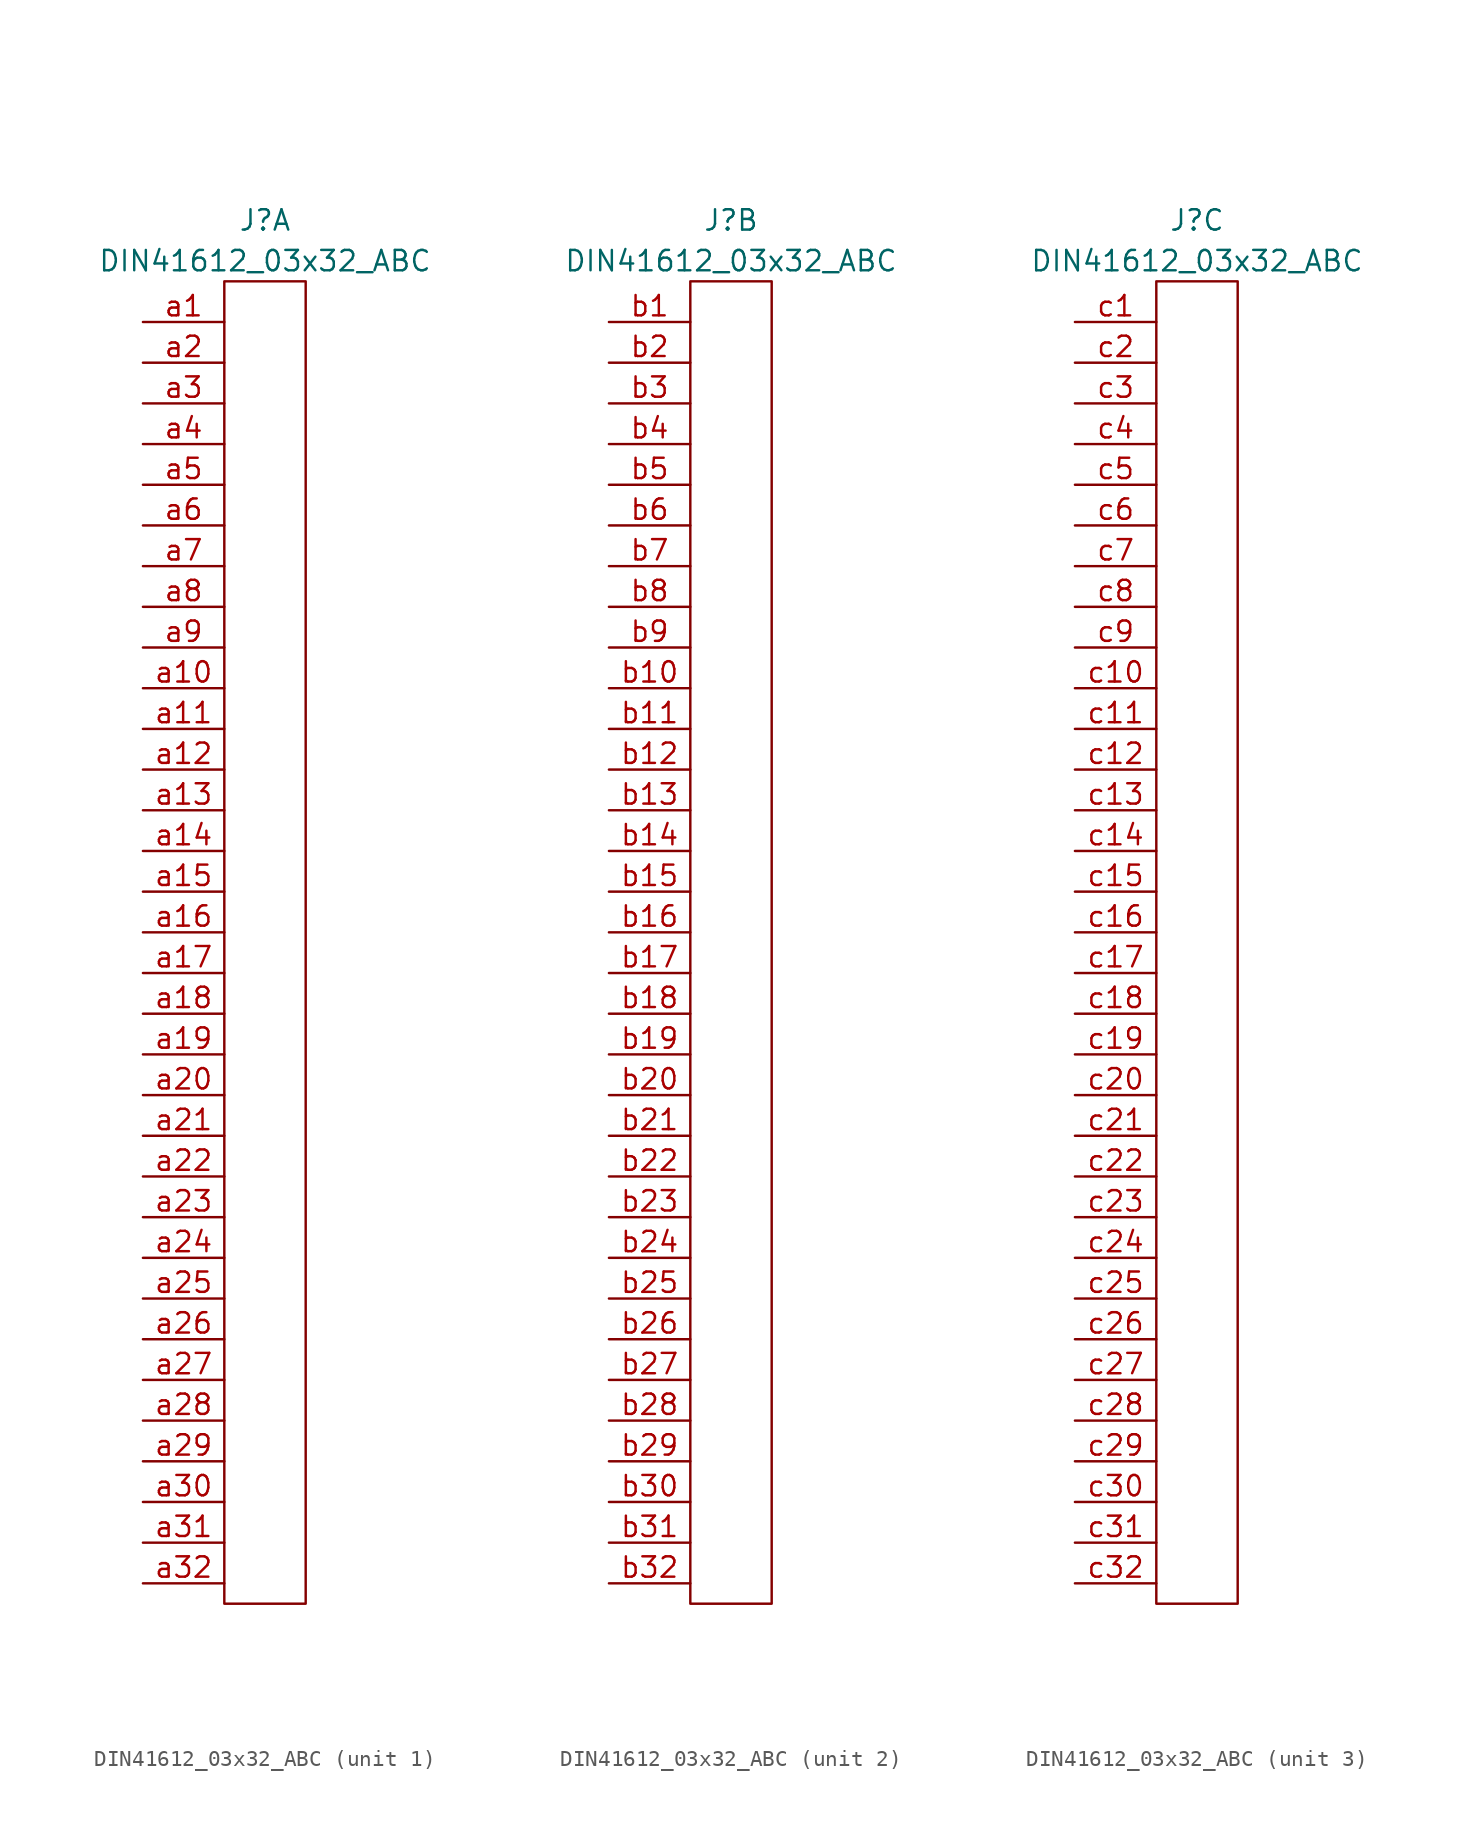
<source format=kicad_sym>
(kicad_symbol_lib
  (version 20211014)
  (generator kicad_symbol_editor)
  (symbol "DIN41612_03x32_ABC"
    (property "Reference" "J"
      (at 0 3.81 0)
      (effects (font (size 1.27 1.27))))
    (property "Value" "DIN41612_03x32_ABC"
      (at 0 1.27 0)
      (effects (font (size 1.27 1.27))))
    (symbol "DIN41612_03x32_ABC_1_0"
      (pin passive line (at -7.62 -2.54 0) (length 5.08) (name "" (effects (font (size 1.27 1.27)))) (number "a1" (effects (font (size 1.27 1.27)))))
      (pin passive line (at -7.62 -25.4 0) (length 5.08) (name "" (effects (font (size 1.27 1.27)))) (number "a10" (effects (font (size 1.27 1.27)))))
      (pin passive line (at -7.62 -27.94 0) (length 5.08) (name "" (effects (font (size 1.27 1.27)))) (number "a11" (effects (font (size 1.27 1.27)))))
      (pin passive line (at -7.62 -30.48 0) (length 5.08) (name "" (effects (font (size 1.27 1.27)))) (number "a12" (effects (font (size 1.27 1.27)))))
      (pin passive line (at -7.62 -33.02 0) (length 5.08) (name "" (effects (font (size 1.27 1.27)))) (number "a13" (effects (font (size 1.27 1.27)))))
      (pin passive line (at -7.62 -35.56 0) (length 5.08) (name "" (effects (font (size 1.27 1.27)))) (number "a14" (effects (font (size 1.27 1.27)))))
      (pin passive line (at -7.62 -38.1 0) (length 5.08) (name "" (effects (font (size 1.27 1.27)))) (number "a15" (effects (font (size 1.27 1.27)))))
      (pin passive line (at -7.62 -40.64 0) (length 5.08) (name "" (effects (font (size 1.27 1.27)))) (number "a16" (effects (font (size 1.27 1.27)))))
      (pin passive line (at -7.62 -43.18 0) (length 5.08) (name "" (effects (font (size 1.27 1.27)))) (number "a17" (effects (font (size 1.27 1.27)))))
      (pin passive line (at -7.62 -45.72 0) (length 5.08) (name "" (effects (font (size 1.27 1.27)))) (number "a18" (effects (font (size 1.27 1.27)))))
      (pin passive line (at -7.62 -48.26 0) (length 5.08) (name "" (effects (font (size 1.27 1.27)))) (number "a19" (effects (font (size 1.27 1.27)))))
      (pin passive line (at -7.62 -5.08 0) (length 5.08) (name "" (effects (font (size 1.27 1.27)))) (number "a2" (effects (font (size 1.27 1.27)))))
      (pin passive line (at -7.62 -50.8 0) (length 5.08) (name "" (effects (font (size 1.27 1.27)))) (number "a20" (effects (font (size 1.27 1.27)))))
      (pin passive line (at -7.62 -53.34 0) (length 5.08) (name "" (effects (font (size 1.27 1.27)))) (number "a21" (effects (font (size 1.27 1.27)))))
      (pin passive line (at -7.62 -55.88 0) (length 5.08) (name "" (effects (font (size 1.27 1.27)))) (number "a22" (effects (font (size 1.27 1.27)))))
      (pin passive line (at -7.62 -58.42 0) (length 5.08) (name "" (effects (font (size 1.27 1.27)))) (number "a23" (effects (font (size 1.27 1.27)))))
      (pin passive line (at -7.62 -60.96 0) (length 5.08) (name "" (effects (font (size 1.27 1.27)))) (number "a24" (effects (font (size 1.27 1.27)))))
      (pin passive line (at -7.62 -63.5 0) (length 5.08) (name "" (effects (font (size 1.27 1.27)))) (number "a25" (effects (font (size 1.27 1.27)))))
      (pin passive line (at -7.62 -66.04 0) (length 5.08) (name "" (effects (font (size 1.27 1.27)))) (number "a26" (effects (font (size 1.27 1.27)))))
      (pin passive line (at -7.62 -68.58 0) (length 5.08) (name "" (effects (font (size 1.27 1.27)))) (number "a27" (effects (font (size 1.27 1.27)))))
      (pin passive line (at -7.62 -71.12 0) (length 5.08) (name "" (effects (font (size 1.27 1.27)))) (number "a28" (effects (font (size 1.27 1.27)))))
      (pin passive line (at -7.62 -73.66 0) (length 5.08) (name "" (effects (font (size 1.27 1.27)))) (number "a29" (effects (font (size 1.27 1.27)))))
      (pin passive line (at -7.62 -7.62 0) (length 5.08) (name "" (effects (font (size 1.27 1.27)))) (number "a3" (effects (font (size 1.27 1.27)))))
      (pin passive line (at -7.62 -76.2 0) (length 5.08) (name "" (effects (font (size 1.27 1.27)))) (number "a30" (effects (font (size 1.27 1.27)))))
      (pin passive line (at -7.62 -78.74 0) (length 5.08) (name "" (effects (font (size 1.27 1.27)))) (number "a31" (effects (font (size 1.27 1.27)))))
      (pin passive line (at -7.62 -81.28 0) (length 5.08) (name "" (effects (font (size 1.27 1.27)))) (number "a32" (effects (font (size 1.27 1.27)))))
      (pin passive line (at -7.62 -10.16 0) (length 5.08) (name "" (effects (font (size 1.27 1.27)))) (number "a4" (effects (font (size 1.27 1.27)))))
      (pin passive line (at -7.62 -12.7 0) (length 5.08) (name "" (effects (font (size 1.27 1.27)))) (number "a5" (effects (font (size 1.27 1.27)))))
      (pin passive line (at -7.62 -15.24 0) (length 5.08) (name "" (effects (font (size 1.27 1.27)))) (number "a6" (effects (font (size 1.27 1.27)))))
      (pin passive line (at -7.62 -17.78 0) (length 5.08) (name "" (effects (font (size 1.27 1.27)))) (number "a7" (effects (font (size 1.27 1.27)))))
      (pin passive line (at -7.62 -20.32 0) (length 5.08) (name "" (effects (font (size 1.27 1.27)))) (number "a8" (effects (font (size 1.27 1.27)))))
      (pin passive line (at -7.62 -22.86 0) (length 5.08) (name "" (effects (font (size 1.27 1.27)))) (number "a9" (effects (font (size 1.27 1.27))))))
    (symbol "DIN41612_03x32_ABC_1_1"
      (rectangle (start -2.54 0) (end 2.54 -82.55) (stroke (width 0) (type default) (color 0 0 0 0)) (fill (type none))))
    (symbol "DIN41612_03x32_ABC_2_0"
      (pin passive line (at -7.62 -2.54 0) (length 5.08) (name "" (effects (font (size 1.27 1.27)))) (number "b1" (effects (font (size 1.27 1.27)))))
      (pin passive line (at -7.62 -25.4 0) (length 5.08) (name "" (effects (font (size 1.27 1.27)))) (number "b10" (effects (font (size 1.27 1.27)))))
      (pin passive line (at -7.62 -27.94 0) (length 5.08) (name "" (effects (font (size 1.27 1.27)))) (number "b11" (effects (font (size 1.27 1.27)))))
      (pin passive line (at -7.62 -30.48 0) (length 5.08) (name "" (effects (font (size 1.27 1.27)))) (number "b12" (effects (font (size 1.27 1.27)))))
      (pin passive line (at -7.62 -33.02 0) (length 5.08) (name "" (effects (font (size 1.27 1.27)))) (number "b13" (effects (font (size 1.27 1.27)))))
      (pin passive line (at -7.62 -35.56 0) (length 5.08) (name "" (effects (font (size 1.27 1.27)))) (number "b14" (effects (font (size 1.27 1.27)))))
      (pin passive line (at -7.62 -38.1 0) (length 5.08) (name "" (effects (font (size 1.27 1.27)))) (number "b15" (effects (font (size 1.27 1.27)))))
      (pin passive line (at -7.62 -40.64 0) (length 5.08) (name "" (effects (font (size 1.27 1.27)))) (number "b16" (effects (font (size 1.27 1.27)))))
      (pin passive line (at -7.62 -43.18 0) (length 5.08) (name "" (effects (font (size 1.27 1.27)))) (number "b17" (effects (font (size 1.27 1.27)))))
      (pin passive line (at -7.62 -45.72 0) (length 5.08) (name "" (effects (font (size 1.27 1.27)))) (number "b18" (effects (font (size 1.27 1.27)))))
      (pin passive line (at -7.62 -48.26 0) (length 5.08) (name "" (effects (font (size 1.27 1.27)))) (number "b19" (effects (font (size 1.27 1.27)))))
      (pin passive line (at -7.62 -5.08 0) (length 5.08) (name "" (effects (font (size 1.27 1.27)))) (number "b2" (effects (font (size 1.27 1.27)))))
      (pin passive line (at -7.62 -50.8 0) (length 5.08) (name "" (effects (font (size 1.27 1.27)))) (number "b20" (effects (font (size 1.27 1.27)))))
      (pin passive line (at -7.62 -53.34 0) (length 5.08) (name "" (effects (font (size 1.27 1.27)))) (number "b21" (effects (font (size 1.27 1.27)))))
      (pin passive line (at -7.62 -55.88 0) (length 5.08) (name "" (effects (font (size 1.27 1.27)))) (number "b22" (effects (font (size 1.27 1.27)))))
      (pin passive line (at -7.62 -58.42 0) (length 5.08) (name "" (effects (font (size 1.27 1.27)))) (number "b23" (effects (font (size 1.27 1.27)))))
      (pin passive line (at -7.62 -60.96 0) (length 5.08) (name "" (effects (font (size 1.27 1.27)))) (number "b24" (effects (font (size 1.27 1.27)))))
      (pin passive line (at -7.62 -63.5 0) (length 5.08) (name "" (effects (font (size 1.27 1.27)))) (number "b25" (effects (font (size 1.27 1.27)))))
      (pin passive line (at -7.62 -66.04 0) (length 5.08) (name "" (effects (font (size 1.27 1.27)))) (number "b26" (effects (font (size 1.27 1.27)))))
      (pin passive line (at -7.62 -68.58 0) (length 5.08) (name "" (effects (font (size 1.27 1.27)))) (number "b27" (effects (font (size 1.27 1.27)))))
      (pin passive line (at -7.62 -71.12 0) (length 5.08) (name "" (effects (font (size 1.27 1.27)))) (number "b28" (effects (font (size 1.27 1.27)))))
      (pin passive line (at -7.62 -73.66 0) (length 5.08) (name "" (effects (font (size 1.27 1.27)))) (number "b29" (effects (font (size 1.27 1.27)))))
      (pin passive line (at -7.62 -7.62 0) (length 5.08) (name "" (effects (font (size 1.27 1.27)))) (number "b3" (effects (font (size 1.27 1.27)))))
      (pin passive line (at -7.62 -76.2 0) (length 5.08) (name "" (effects (font (size 1.27 1.27)))) (number "b30" (effects (font (size 1.27 1.27)))))
      (pin passive line (at -7.62 -78.74 0) (length 5.08) (name "" (effects (font (size 1.27 1.27)))) (number "b31" (effects (font (size 1.27 1.27)))))
      (pin passive line (at -7.62 -81.28 0) (length 5.08) (name "" (effects (font (size 1.27 1.27)))) (number "b32" (effects (font (size 1.27 1.27)))))
      (pin passive line (at -7.62 -10.16 0) (length 5.08) (name "" (effects (font (size 1.27 1.27)))) (number "b4" (effects (font (size 1.27 1.27)))))
      (pin passive line (at -7.62 -12.7 0) (length 5.08) (name "" (effects (font (size 1.27 1.27)))) (number "b5" (effects (font (size 1.27 1.27)))))
      (pin passive line (at -7.62 -15.24 0) (length 5.08) (name "" (effects (font (size 1.27 1.27)))) (number "b6" (effects (font (size 1.27 1.27)))))
      (pin passive line (at -7.62 -17.78 0) (length 5.08) (name "" (effects (font (size 1.27 1.27)))) (number "b7" (effects (font (size 1.27 1.27)))))
      (pin passive line (at -7.62 -20.32 0) (length 5.08) (name "" (effects (font (size 1.27 1.27)))) (number "b8" (effects (font (size 1.27 1.27)))))
      (pin passive line (at -7.62 -22.86 0) (length 5.08) (name "" (effects (font (size 1.27 1.27)))) (number "b9" (effects (font (size 1.27 1.27))))))
    (symbol "DIN41612_03x32_ABC_2_1"
      (rectangle (start -2.54 0) (end 2.54 -82.55) (stroke (width 0) (type default) (color 0 0 0 0)) (fill (type none))))
    (symbol "DIN41612_03x32_ABC_3_0"
      (pin passive line (at -7.62 -2.54 0) (length 5.08) (name "" (effects (font (size 1.27 1.27)))) (number "c1" (effects (font (size 1.27 1.27)))))
      (pin passive line (at -7.62 -25.4 0) (length 5.08) (name "" (effects (font (size 1.27 1.27)))) (number "c10" (effects (font (size 1.27 1.27)))))
      (pin passive line (at -7.62 -27.94 0) (length 5.08) (name "" (effects (font (size 1.27 1.27)))) (number "c11" (effects (font (size 1.27 1.27)))))
      (pin passive line (at -7.62 -30.48 0) (length 5.08) (name "" (effects (font (size 1.27 1.27)))) (number "c12" (effects (font (size 1.27 1.27)))))
      (pin passive line (at -7.62 -33.02 0) (length 5.08) (name "" (effects (font (size 1.27 1.27)))) (number "c13" (effects (font (size 1.27 1.27)))))
      (pin passive line (at -7.62 -35.56 0) (length 5.08) (name "" (effects (font (size 1.27 1.27)))) (number "c14" (effects (font (size 1.27 1.27)))))
      (pin passive line (at -7.62 -38.1 0) (length 5.08) (name "" (effects (font (size 1.27 1.27)))) (number "c15" (effects (font (size 1.27 1.27)))))
      (pin passive line (at -7.62 -40.64 0) (length 5.08) (name "" (effects (font (size 1.27 1.27)))) (number "c16" (effects (font (size 1.27 1.27)))))
      (pin passive line (at -7.62 -43.18 0) (length 5.08) (name "" (effects (font (size 1.27 1.27)))) (number "c17" (effects (font (size 1.27 1.27)))))
      (pin passive line (at -7.62 -45.72 0) (length 5.08) (name "" (effects (font (size 1.27 1.27)))) (number "c18" (effects (font (size 1.27 1.27)))))
      (pin passive line (at -7.62 -48.26 0) (length 5.08) (name "" (effects (font (size 1.27 1.27)))) (number "c19" (effects (font (size 1.27 1.27)))))
      (pin passive line (at -7.62 -5.08 0) (length 5.08) (name "" (effects (font (size 1.27 1.27)))) (number "c2" (effects (font (size 1.27 1.27)))))
      (pin passive line (at -7.62 -50.8 0) (length 5.08) (name "" (effects (font (size 1.27 1.27)))) (number "c20" (effects (font (size 1.27 1.27)))))
      (pin passive line (at -7.62 -53.34 0) (length 5.08) (name "" (effects (font (size 1.27 1.27)))) (number "c21" (effects (font (size 1.27 1.27)))))
      (pin passive line (at -7.62 -55.88 0) (length 5.08) (name "" (effects (font (size 1.27 1.27)))) (number "c22" (effects (font (size 1.27 1.27)))))
      (pin passive line (at -7.62 -58.42 0) (length 5.08) (name "" (effects (font (size 1.27 1.27)))) (number "c23" (effects (font (size 1.27 1.27)))))
      (pin passive line (at -7.62 -60.96 0) (length 5.08) (name "" (effects (font (size 1.27 1.27)))) (number "c24" (effects (font (size 1.27 1.27)))))
      (pin passive line (at -7.62 -63.5 0) (length 5.08) (name "" (effects (font (size 1.27 1.27)))) (number "c25" (effects (font (size 1.27 1.27)))))
      (pin passive line (at -7.62 -66.04 0) (length 5.08) (name "" (effects (font (size 1.27 1.27)))) (number "c26" (effects (font (size 1.27 1.27)))))
      (pin passive line (at -7.62 -68.58 0) (length 5.08) (name "" (effects (font (size 1.27 1.27)))) (number "c27" (effects (font (size 1.27 1.27)))))
      (pin passive line (at -7.62 -71.12 0) (length 5.08) (name "" (effects (font (size 1.27 1.27)))) (number "c28" (effects (font (size 1.27 1.27)))))
      (pin passive line (at -7.62 -73.66 0) (length 5.08) (name "" (effects (font (size 1.27 1.27)))) (number "c29" (effects (font (size 1.27 1.27)))))
      (pin passive line (at -7.62 -7.62 0) (length 5.08) (name "" (effects (font (size 1.27 1.27)))) (number "c3" (effects (font (size 1.27 1.27)))))
      (pin passive line (at -7.62 -76.2 0) (length 5.08) (name "" (effects (font (size 1.27 1.27)))) (number "c30" (effects (font (size 1.27 1.27)))))
      (pin passive line (at -7.62 -78.74 0) (length 5.08) (name "" (effects (font (size 1.27 1.27)))) (number "c31" (effects (font (size 1.27 1.27)))))
      (pin passive line (at -7.62 -81.28 0) (length 5.08) (name "" (effects (font (size 1.27 1.27)))) (number "c32" (effects (font (size 1.27 1.27)))))
      (pin passive line (at -7.62 -10.16 0) (length 5.08) (name "" (effects (font (size 1.27 1.27)))) (number "c4" (effects (font (size 1.27 1.27)))))
      (pin passive line (at -7.62 -12.7 0) (length 5.08) (name "" (effects (font (size 1.27 1.27)))) (number "c5" (effects (font (size 1.27 1.27)))))
      (pin passive line (at -7.62 -15.24 0) (length 5.08) (name "" (effects (font (size 1.27 1.27)))) (number "c6" (effects (font (size 1.27 1.27)))))
      (pin passive line (at -7.62 -17.78 0) (length 5.08) (name "" (effects (font (size 1.27 1.27)))) (number "c7" (effects (font (size 1.27 1.27)))))
      (pin passive line (at -7.62 -20.32 0) (length 5.08) (name "" (effects (font (size 1.27 1.27)))) (number "c8" (effects (font (size 1.27 1.27)))))
      (pin passive line (at -7.62 -22.86 0) (length 5.08) (name "" (effects (font (size 1.27 1.27)))) (number "c9" (effects (font (size 1.27 1.27))))))
    (symbol "DIN41612_03x32_ABC_3_1"
      (rectangle (start -2.54 0) (end 2.54 -82.55) (stroke (width 0) (type default) (color 0 0 0 0)) (fill (type none))))))
</source>
